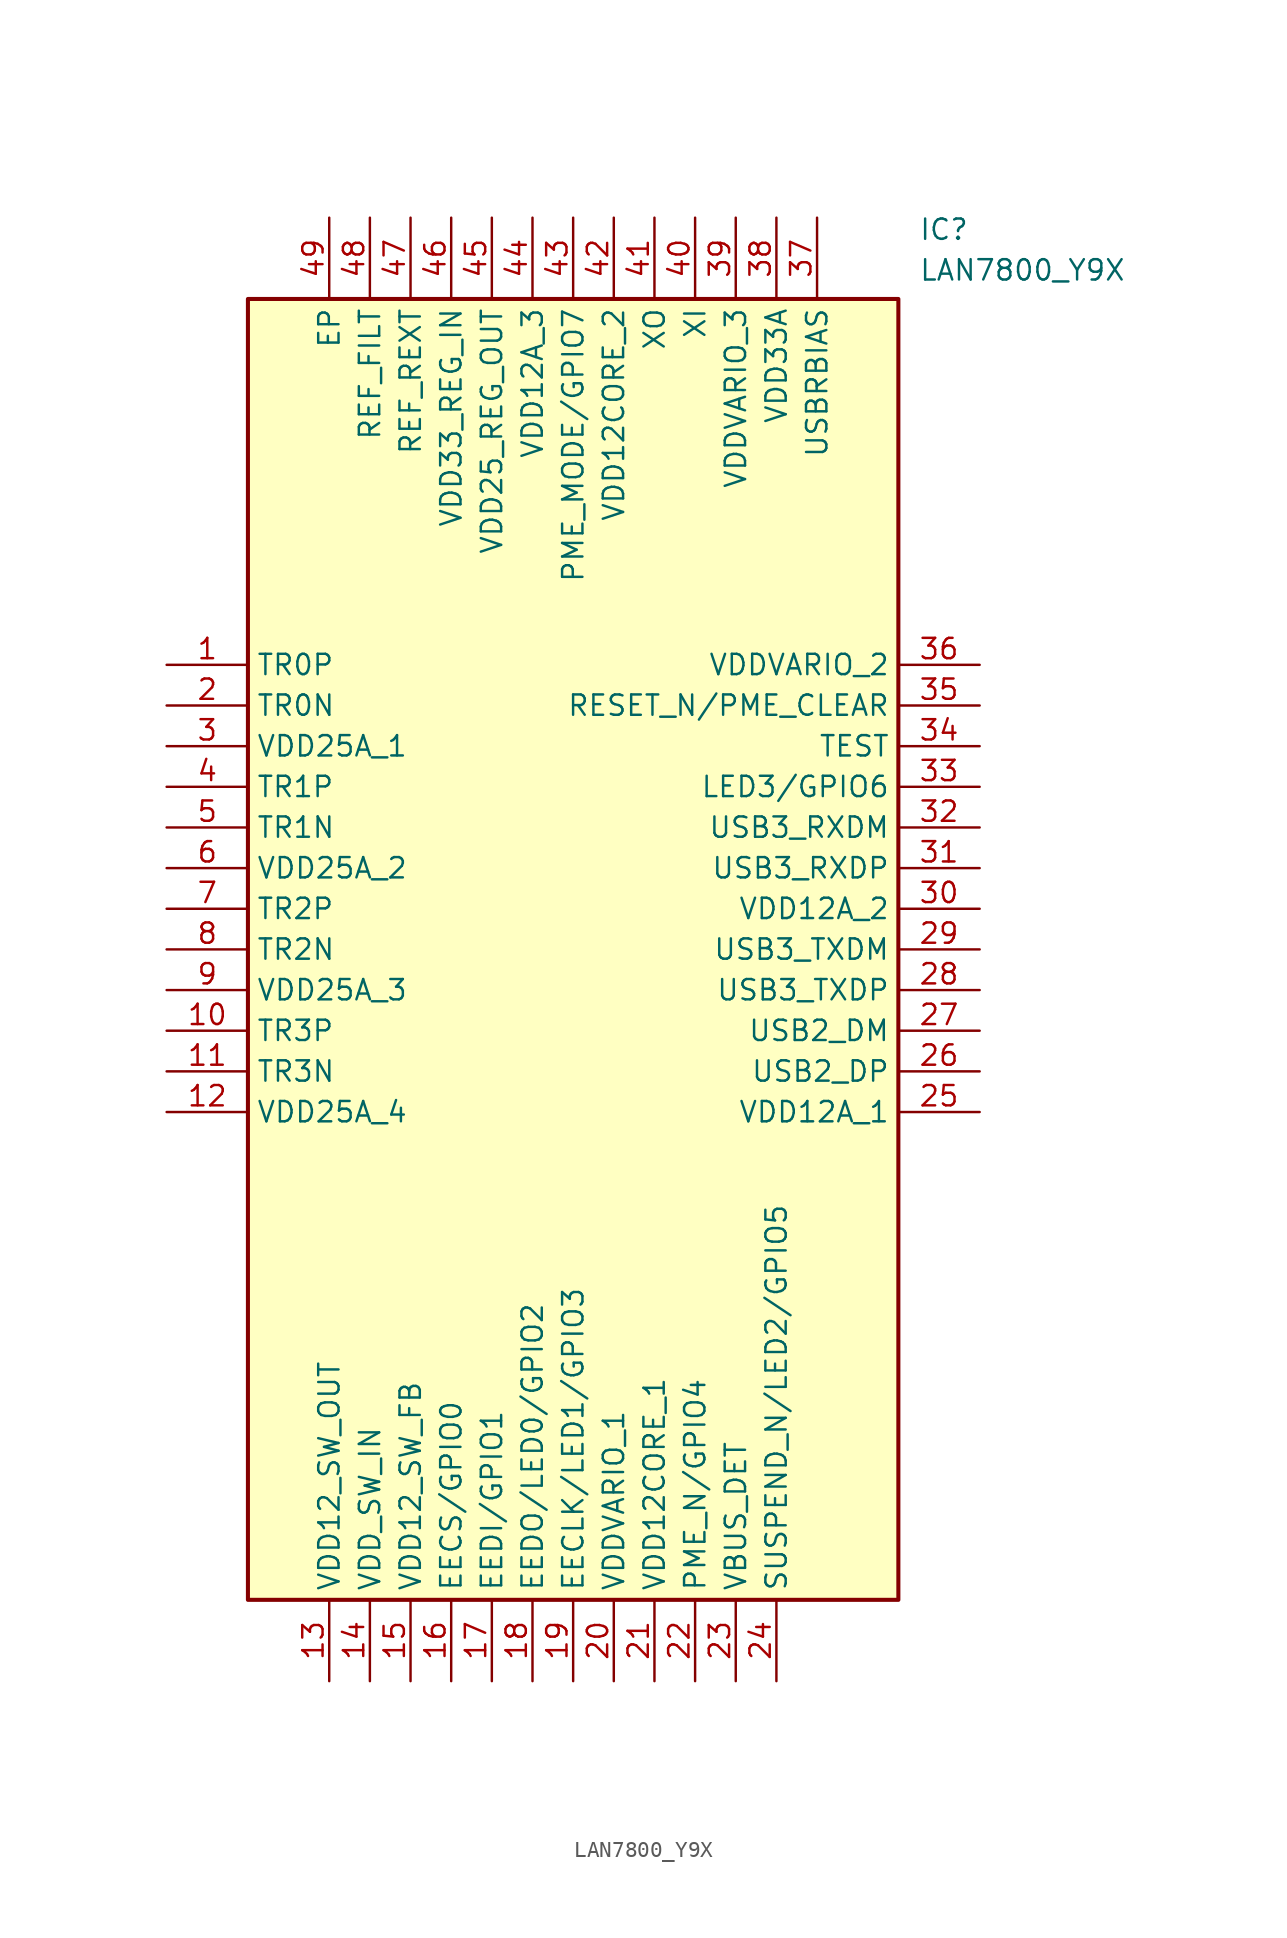
<source format=kicad_sym>
(kicad_symbol_lib
  (version 20211014)
  (generator SamacSys_ECAD_Model)
  (symbol "LAN7800_Y9X"
    (property "Reference" "IC"
      (at 46.99 27.94 0)
      (effects (font (size 1.27 1.27)) (justify left top)))
    (property "Value" "LAN7800_Y9X"
      (at 46.99 25.4 0)
      (effects (font (size 1.27 1.27)) (justify left top)))
    (rectangle
      (start 5.08 22.86)
      (end 45.72 -58.42)
      (stroke (width 0.254) (type default))
      (fill (type background)))
    (pin passive line
      (at 0 0 0)
      (length 5.08)
      (name "TR0P" (effects (font (size 1.27 1.27))))
      (number "1" (effects (font (size 1.27 1.27)))))
    (pin passive line
      (at 0 -2.54 0)
      (length 5.08)
      (name "TR0N" (effects (font (size 1.27 1.27))))
      (number "2" (effects (font (size 1.27 1.27)))))
    (pin passive line
      (at 0 -5.08 0)
      (length 5.08)
      (name "VDD25A_1" (effects (font (size 1.27 1.27))))
      (number "3" (effects (font (size 1.27 1.27)))))
    (pin passive line
      (at 0 -7.62 0)
      (length 5.08)
      (name "TR1P" (effects (font (size 1.27 1.27))))
      (number "4" (effects (font (size 1.27 1.27)))))
    (pin passive line
      (at 0 -10.16 0)
      (length 5.08)
      (name "TR1N" (effects (font (size 1.27 1.27))))
      (number "5" (effects (font (size 1.27 1.27)))))
    (pin passive line
      (at 0 -12.7 0)
      (length 5.08)
      (name "VDD25A_2" (effects (font (size 1.27 1.27))))
      (number "6" (effects (font (size 1.27 1.27)))))
    (pin passive line
      (at 0 -15.24 0)
      (length 5.08)
      (name "TR2P" (effects (font (size 1.27 1.27))))
      (number "7" (effects (font (size 1.27 1.27)))))
    (pin passive line
      (at 0 -17.78 0)
      (length 5.08)
      (name "TR2N" (effects (font (size 1.27 1.27))))
      (number "8" (effects (font (size 1.27 1.27)))))
    (pin passive line
      (at 0 -20.32 0)
      (length 5.08)
      (name "VDD25A_3" (effects (font (size 1.27 1.27))))
      (number "9" (effects (font (size 1.27 1.27)))))
    (pin passive line
      (at 0 -22.86 0)
      (length 5.08)
      (name "TR3P" (effects (font (size 1.27 1.27))))
      (number "10" (effects (font (size 1.27 1.27)))))
    (pin passive line
      (at 0 -25.4 0)
      (length 5.08)
      (name "TR3N" (effects (font (size 1.27 1.27))))
      (number "11" (effects (font (size 1.27 1.27)))))
    (pin passive line
      (at 0 -27.94 0)
      (length 5.08)
      (name "VDD25A_4" (effects (font (size 1.27 1.27))))
      (number "12" (effects (font (size 1.27 1.27)))))
    (pin passive line
      (at 10.16 -63.5 90)
      (length 5.08)
      (name "VDD12_SW_OUT" (effects (font (size 1.27 1.27))))
      (number "13" (effects (font (size 1.27 1.27)))))
    (pin passive line
      (at 12.7 -63.5 90)
      (length 5.08)
      (name "VDD_SW_IN" (effects (font (size 1.27 1.27))))
      (number "14" (effects (font (size 1.27 1.27)))))
    (pin passive line
      (at 15.24 -63.5 90)
      (length 5.08)
      (name "VDD12_SW_FB" (effects (font (size 1.27 1.27))))
      (number "15" (effects (font (size 1.27 1.27)))))
    (pin passive line
      (at 17.78 -63.5 90)
      (length 5.08)
      (name "EECS/GPIO0" (effects (font (size 1.27 1.27))))
      (number "16" (effects (font (size 1.27 1.27)))))
    (pin passive line
      (at 20.32 -63.5 90)
      (length 5.08)
      (name "EEDI/GPIO1" (effects (font (size 1.27 1.27))))
      (number "17" (effects (font (size 1.27 1.27)))))
    (pin passive line
      (at 22.86 -63.5 90)
      (length 5.08)
      (name "EEDO/LED0/GPIO2" (effects (font (size 1.27 1.27))))
      (number "18" (effects (font (size 1.27 1.27)))))
    (pin passive line
      (at 25.4 -63.5 90)
      (length 5.08)
      (name "EECLK/LED1/GPIO3" (effects (font (size 1.27 1.27))))
      (number "19" (effects (font (size 1.27 1.27)))))
    (pin passive line
      (at 27.94 -63.5 90)
      (length 5.08)
      (name "VDDVARIO_1" (effects (font (size 1.27 1.27))))
      (number "20" (effects (font (size 1.27 1.27)))))
    (pin passive line
      (at 30.48 -63.5 90)
      (length 5.08)
      (name "VDD12CORE_1" (effects (font (size 1.27 1.27))))
      (number "21" (effects (font (size 1.27 1.27)))))
    (pin passive line
      (at 33.02 -63.5 90)
      (length 5.08)
      (name "PME_N/GPIO4" (effects (font (size 1.27 1.27))))
      (number "22" (effects (font (size 1.27 1.27)))))
    (pin passive line
      (at 35.56 -63.5 90)
      (length 5.08)
      (name "VBUS_DET" (effects (font (size 1.27 1.27))))
      (number "23" (effects (font (size 1.27 1.27)))))
    (pin passive line
      (at 38.1 -63.5 90)
      (length 5.08)
      (name "SUSPEND_N/LED2/GPIO5" (effects (font (size 1.27 1.27))))
      (number "24" (effects (font (size 1.27 1.27)))))
    (pin passive line
      (at 50.8 0 180)
      (length 5.08)
      (name "VDDVARIO_2" (effects (font (size 1.27 1.27))))
      (number "36" (effects (font (size 1.27 1.27)))))
    (pin passive line
      (at 50.8 -2.54 180)
      (length 5.08)
      (name "RESET_N/PME_CLEAR" (effects (font (size 1.27 1.27))))
      (number "35" (effects (font (size 1.27 1.27)))))
    (pin passive line
      (at 50.8 -5.08 180)
      (length 5.08)
      (name "TEST" (effects (font (size 1.27 1.27))))
      (number "34" (effects (font (size 1.27 1.27)))))
    (pin passive line
      (at 50.8 -7.62 180)
      (length 5.08)
      (name "LED3/GPIO6" (effects (font (size 1.27 1.27))))
      (number "33" (effects (font (size 1.27 1.27)))))
    (pin passive line
      (at 50.8 -10.16 180)
      (length 5.08)
      (name "USB3_RXDM" (effects (font (size 1.27 1.27))))
      (number "32" (effects (font (size 1.27 1.27)))))
    (pin passive line
      (at 50.8 -12.7 180)
      (length 5.08)
      (name "USB3_RXDP" (effects (font (size 1.27 1.27))))
      (number "31" (effects (font (size 1.27 1.27)))))
    (pin passive line
      (at 50.8 -15.24 180)
      (length 5.08)
      (name "VDD12A_2" (effects (font (size 1.27 1.27))))
      (number "30" (effects (font (size 1.27 1.27)))))
    (pin passive line
      (at 50.8 -17.78 180)
      (length 5.08)
      (name "USB3_TXDM" (effects (font (size 1.27 1.27))))
      (number "29" (effects (font (size 1.27 1.27)))))
    (pin passive line
      (at 50.8 -20.32 180)
      (length 5.08)
      (name "USB3_TXDP" (effects (font (size 1.27 1.27))))
      (number "28" (effects (font (size 1.27 1.27)))))
    (pin passive line
      (at 50.8 -22.86 180)
      (length 5.08)
      (name "USB2_DM" (effects (font (size 1.27 1.27))))
      (number "27" (effects (font (size 1.27 1.27)))))
    (pin passive line
      (at 50.8 -25.4 180)
      (length 5.08)
      (name "USB2_DP" (effects (font (size 1.27 1.27))))
      (number "26" (effects (font (size 1.27 1.27)))))
    (pin passive line
      (at 50.8 -27.94 180)
      (length 5.08)
      (name "VDD12A_1" (effects (font (size 1.27 1.27))))
      (number "25" (effects (font (size 1.27 1.27)))))
    (pin passive line
      (at 10.16 27.94 270)
      (length 5.08)
      (name "EP" (effects (font (size 1.27 1.27))))
      (number "49" (effects (font (size 1.27 1.27)))))
    (pin passive line
      (at 12.7 27.94 270)
      (length 5.08)
      (name "REF_FILT" (effects (font (size 1.27 1.27))))
      (number "48" (effects (font (size 1.27 1.27)))))
    (pin passive line
      (at 15.24 27.94 270)
      (length 5.08)
      (name "REF_REXT" (effects (font (size 1.27 1.27))))
      (number "47" (effects (font (size 1.27 1.27)))))
    (pin passive line
      (at 17.78 27.94 270)
      (length 5.08)
      (name "VDD33_REG_IN" (effects (font (size 1.27 1.27))))
      (number "46" (effects (font (size 1.27 1.27)))))
    (pin passive line
      (at 20.32 27.94 270)
      (length 5.08)
      (name "VDD25_REG_OUT" (effects (font (size 1.27 1.27))))
      (number "45" (effects (font (size 1.27 1.27)))))
    (pin passive line
      (at 22.86 27.94 270)
      (length 5.08)
      (name "VDD12A_3" (effects (font (size 1.27 1.27))))
      (number "44" (effects (font (size 1.27 1.27)))))
    (pin passive line
      (at 25.4 27.94 270)
      (length 5.08)
      (name "PME_MODE/GPIO7" (effects (font (size 1.27 1.27))))
      (number "43" (effects (font (size 1.27 1.27)))))
    (pin passive line
      (at 27.94 27.94 270)
      (length 5.08)
      (name "VDD12CORE_2" (effects (font (size 1.27 1.27))))
      (number "42" (effects (font (size 1.27 1.27)))))
    (pin passive line
      (at 30.48 27.94 270)
      (length 5.08)
      (name "XO" (effects (font (size 1.27 1.27))))
      (number "41" (effects (font (size 1.27 1.27)))))
    (pin passive line
      (at 33.02 27.94 270)
      (length 5.08)
      (name "XI" (effects (font (size 1.27 1.27))))
      (number "40" (effects (font (size 1.27 1.27)))))
    (pin passive line
      (at 35.56 27.94 270)
      (length 5.08)
      (name "VDDVARIO_3" (effects (font (size 1.27 1.27))))
      (number "39" (effects (font (size 1.27 1.27)))))
    (pin passive line
      (at 38.1 27.94 270)
      (length 5.08)
      (name "VDD33A" (effects (font (size 1.27 1.27))))
      (number "38" (effects (font (size 1.27 1.27)))))
    (pin passive line
      (at 40.64 27.94 270)
      (length 5.08)
      (name "USBRBIAS" (effects (font (size 1.27 1.27))))
      (number "37" (effects (font (size 1.27 1.27)))))))
</source>
